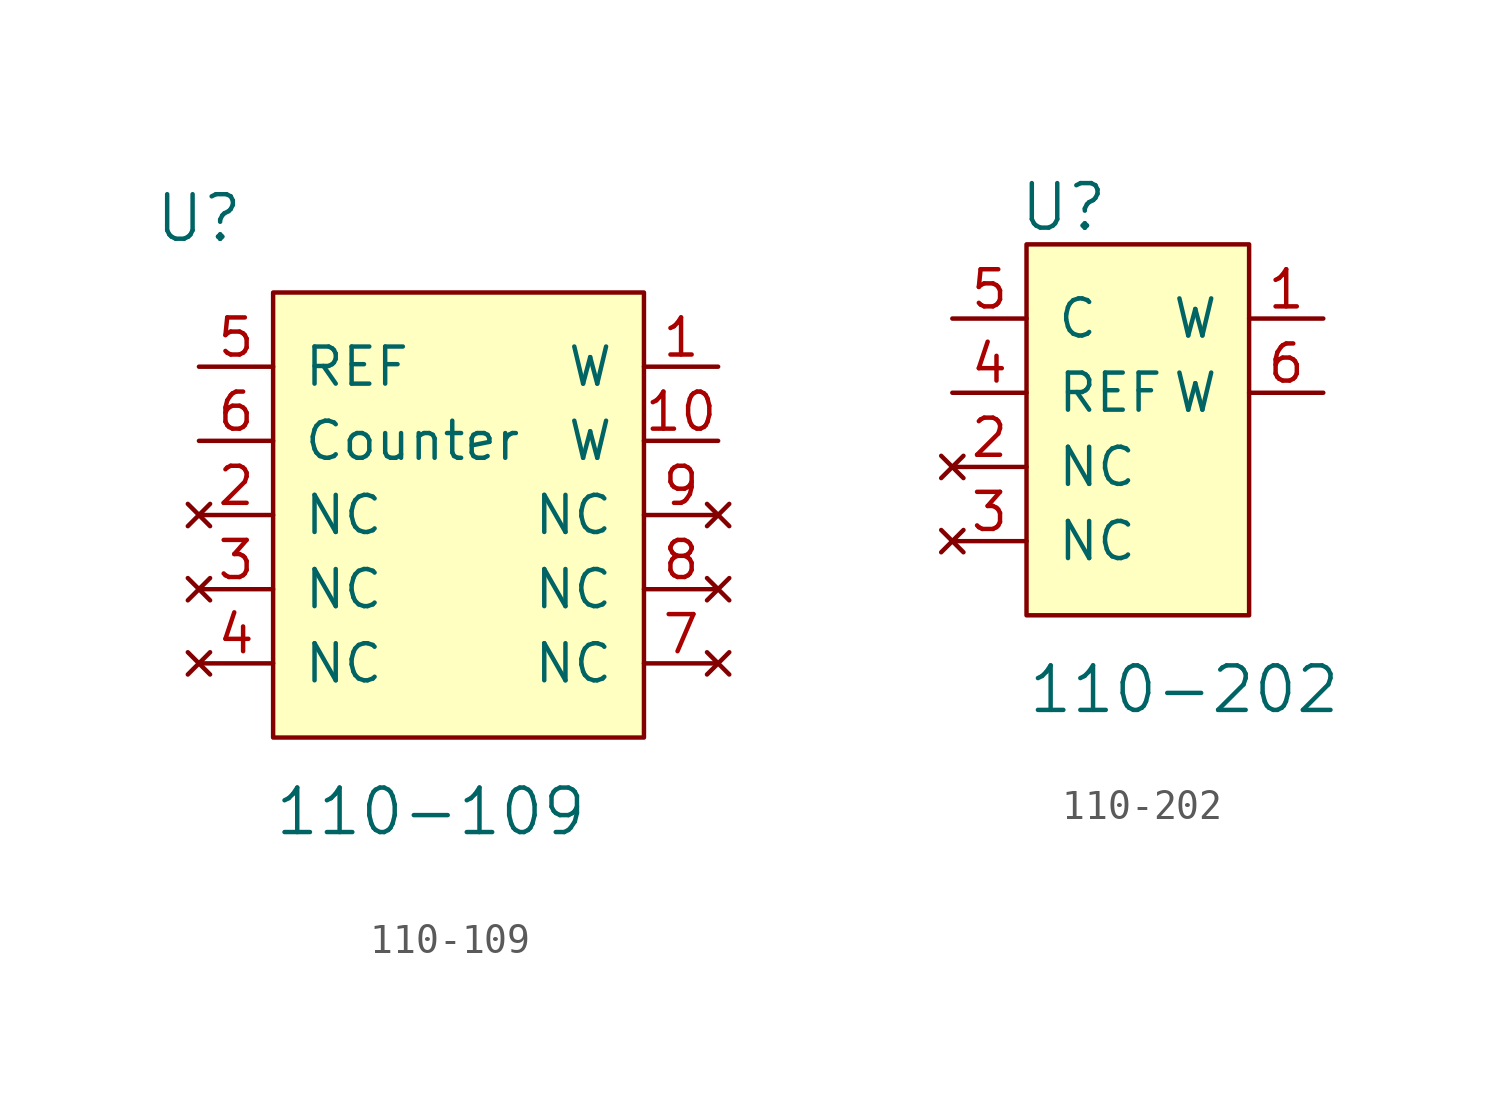
<source format=kicad_sym>
(kicad_symbol_lib
  (version 20211014)
  (generator kicad_symbol_editor)
  (symbol "110-109"
    (pin_names
      (offset 1.016))
    (property "Reference" "U"
      (at -12.7 12.7 0)
      (effects (font (size 1.524 1.524))))
    (property "Value" "110-109"
      (at -10.16 -7.62 0)
      (effects (font (size 1.524 1.524)) (justify left)))
    (symbol "110-109_0_1"
      (rectangle (start -10.16 10.16) (end 2.54 -5.08) (stroke (width 0) (type default) (color 0 0 0 0)) (fill (type background))))
    (symbol "110-109_1_1"
      (pin output line (at 5.08 7.62 180) (length 2.54) (name "W" (effects (font (size 1.27 1.27)))) (number "1" (effects (font (size 1.27 1.27)))))
      (pin output line (at 5.08 5.08 180) (length 2.54) (name "W" (effects (font (size 1.27 1.27)))) (number "10" (effects (font (size 1.27 1.27)))))
      (pin no_connect line (at -12.7 2.54 0) (length 2.54) (name "NC" (effects (font (size 1.27 1.27)))) (number "2" (effects (font (size 1.27 1.27)))))
      (pin no_connect line (at -12.7 0 0) (length 2.54) (name "NC" (effects (font (size 1.27 1.27)))) (number "3" (effects (font (size 1.27 1.27)))))
      (pin no_connect line (at -12.7 -2.54 0) (length 2.54) (name "NC" (effects (font (size 1.27 1.27)))) (number "4" (effects (font (size 1.27 1.27)))))
      (pin passive line (at -12.7 7.62 0) (length 2.54) (name "REF" (effects (font (size 1.27 1.27)))) (number "5" (effects (font (size 1.27 1.27)))))
      (pin input line (at -12.7 5.08 0) (length 2.54) (name "Counter" (effects (font (size 1.27 1.27)))) (number "6" (effects (font (size 1.27 1.27)))))
      (pin no_connect line (at 5.08 -2.54 180) (length 2.54) (name "NC" (effects (font (size 1.27 1.27)))) (number "7" (effects (font (size 1.27 1.27)))))
      (pin no_connect line (at 5.08 0 180) (length 2.54) (name "NC" (effects (font (size 1.27 1.27)))) (number "8" (effects (font (size 1.27 1.27)))))
      (pin no_connect line (at 5.08 2.54 180) (length 2.54) (name "NC" (effects (font (size 1.27 1.27)))) (number "9" (effects (font (size 1.27 1.27)))))))
  (symbol "110-202"
    (pin_names
      (offset 1.016))
    (property "Reference" "U"
      (at -1.27 8.89 0)
      (effects (font (size 1.524 1.524))))
    (property "Value" "110-202"
      (at -2.54 -7.62 0)
      (effects (font (size 1.524 1.524)) (justify left)))
    (symbol "110-202_0_1"
      (rectangle (start -2.54 7.62) (end 5.08 -5.08) (stroke (width 0) (type default) (color 0 0 0 0)) (fill (type background))))
    (symbol "110-202_1_1"
      (pin output line (at 7.62 5.08 180) (length 2.54) (name "W" (effects (font (size 1.27 1.27)))) (number "1" (effects (font (size 1.27 1.27)))))
      (pin no_connect line (at -5.08 0 0) (length 2.54) (name "NC" (effects (font (size 1.27 1.27)))) (number "2" (effects (font (size 1.27 1.27)))))
      (pin no_connect line (at -5.08 -2.54 0) (length 2.54) (name "NC" (effects (font (size 1.27 1.27)))) (number "3" (effects (font (size 1.27 1.27)))))
      (pin passive line (at -5.08 2.54 0) (length 2.54) (name "REF" (effects (font (size 1.27 1.27)))) (number "4" (effects (font (size 1.27 1.27)))))
      (pin input line (at -5.08 5.08 0) (length 2.54) (name "C" (effects (font (size 1.27 1.27)))) (number "5" (effects (font (size 1.27 1.27)))))
      (pin output line (at 7.62 2.54 180) (length 2.54) (name "W" (effects (font (size 1.27 1.27)))) (number "6" (effects (font (size 1.27 1.27))))))))
</source>
